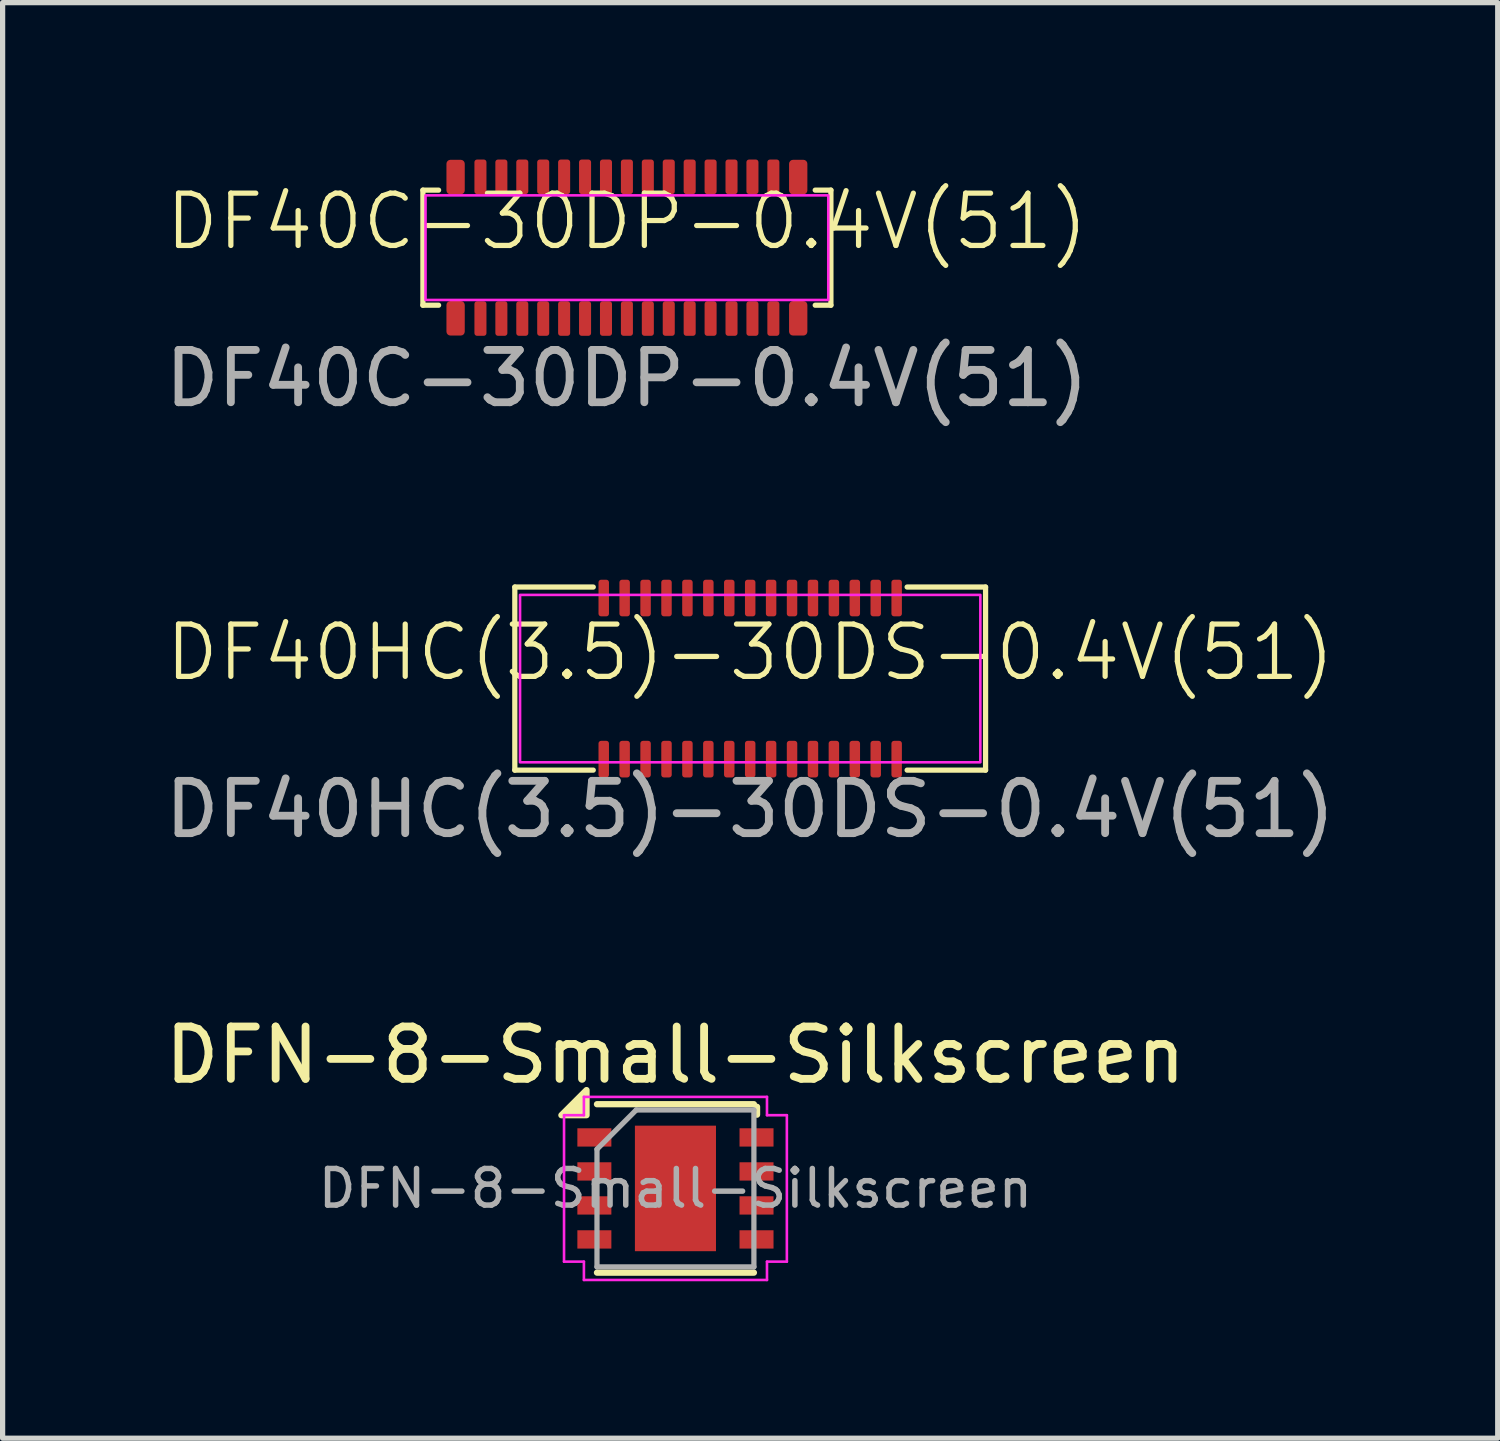
<source format=kicad_pcb>
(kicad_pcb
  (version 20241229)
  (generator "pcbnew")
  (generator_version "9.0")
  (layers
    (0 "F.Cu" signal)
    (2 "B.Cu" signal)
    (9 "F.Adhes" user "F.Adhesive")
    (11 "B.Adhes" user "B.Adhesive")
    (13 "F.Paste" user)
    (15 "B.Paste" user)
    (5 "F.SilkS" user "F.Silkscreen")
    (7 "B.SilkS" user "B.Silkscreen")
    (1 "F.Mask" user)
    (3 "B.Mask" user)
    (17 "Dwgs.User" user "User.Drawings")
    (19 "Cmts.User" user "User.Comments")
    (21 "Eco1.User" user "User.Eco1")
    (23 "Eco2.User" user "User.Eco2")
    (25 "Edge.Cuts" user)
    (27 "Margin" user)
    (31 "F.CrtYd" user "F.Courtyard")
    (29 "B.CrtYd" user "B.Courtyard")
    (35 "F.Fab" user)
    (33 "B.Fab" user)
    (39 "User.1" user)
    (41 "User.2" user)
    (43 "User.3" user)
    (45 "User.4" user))
  (footprint "DFN-8-Small-Silkscreen"
    (layer "F.Cu")
    (at 9.863 19.67)
    (property "Reference" "DFN-8-Small-Silkscreen" (at 0 -2.55 0) (layer "F.SilkS") (effects (font (size 1 1) (thickness 0.15))))
    (attr smd)
    (fp_line (start -1.5 -1.61) (end 1.5 -1.61) (stroke (width 0.12) (type solid)) (layer "F.SilkS"))
    (fp_line (start -1.5 1.61) (end 1.5 1.61) (stroke (width 0.12) (type solid)) (layer "F.SilkS"))
    (fp_line (start 1.56 -1.56) (end 1.56 -1.41) (stroke (width 0.12) (type solid)) (layer "F.SilkS"))
    (fp_poly (pts (xy -1.7 -1.4) (xy -2.18 -1.4) (xy -1.7 -1.88) (xy -1.7 -1.4)) (stroke (width 0.12) (type solid)) (fill yes) (layer "F.SilkS"))
    (fp_line (start -2.13 -1.4) (end -2.13 1.4) (stroke (width 0.05) (type solid)) (layer "F.CrtYd"))
    (fp_line (start -1.75 -1.75) (end -1.75 -1.4) (stroke (width 0.05) (type solid)) (layer "F.CrtYd"))
    (fp_line (start -1.75 -1.75) (end 1.75 -1.75) (stroke (width 0.05) (type solid)) (layer "F.CrtYd"))
    (fp_line (start -1.75 -1.4) (end -2.13 -1.4) (stroke (width 0.05) (type solid)) (layer "F.CrtYd"))
    (fp_line (start -1.75 1.4) (end -2.13 1.4) (stroke (width 0.05) (type solid)) (layer "F.CrtYd"))
    (fp_line (start -1.75 1.75) (end -1.75 1.4) (stroke (width 0.05) (type solid)) (layer "F.CrtYd"))
    (fp_line (start -1.75 1.75) (end 1.75 1.75) (stroke (width 0.05) (type solid)) (layer "F.CrtYd"))
    (fp_line (start 1.75 -1.75) (end 1.75 -1.4) (stroke (width 0.05) (type solid)) (layer "F.CrtYd"))
    (fp_line (start 1.75 -1.4) (end 2.13 -1.4) (stroke (width 0.05) (type solid)) (layer "F.CrtYd"))
    (fp_line (start 1.75 1.4) (end 2.13 1.4) (stroke (width 0.05) (type solid)) (layer "F.CrtYd"))
    (fp_line (start 1.75 1.75) (end 1.75 1.4) (stroke (width 0.05) (type solid)) (layer "F.CrtYd"))
    (fp_line (start 2.13 -1.4) (end 2.13 1.4) (stroke (width 0.05) (type solid)) (layer "F.CrtYd"))
    (fp_line (start -1.5 -0.75) (end -0.75 -1.5) (stroke (width 0.1) (type solid)) (layer "F.Fab"))
    (fp_line (start -1.5 1.5) (end -1.5 -0.75) (stroke (width 0.1) (type solid)) (layer "F.Fab"))
    (fp_line (start -0.75 -1.5) (end 1.5 -1.5) (stroke (width 0.1) (type solid)) (layer "F.Fab"))
    (fp_line (start 1.5 -1.5) (end 1.5 1.5) (stroke (width 0.1) (type solid)) (layer "F.Fab"))
    (fp_line (start 1.5 1.5) (end -1.5 1.5) (stroke (width 0.1) (type solid)) (layer "F.Fab"))
    (fp_text user "${REFERENCE}" (at 0 0 0) (layer "F.Fab") (effects (font (size 0.7 0.7) (thickness 0.105))))
    (pad "" smd rect (at -0.388 -0.6) (size 0.6 1) (layers "F.Paste"))
    (pad "" smd rect (at -0.388 0.6) (size 0.6 1) (layers "F.Paste"))
    (pad "" smd rect (at 0.388 -0.6) (size 0.6 1) (layers "F.Paste"))
    (pad "" smd rect (at 0.388 0.6) (size 0.6 1) (layers "F.Paste"))
    (pad "1" smd rect (at -1.55 -0.975) (size 0.65 0.35) (layers "F.Cu" "F.Mask" "F.Paste"))
    (pad "2" smd rect (at -1.55 -0.325) (size 0.65 0.35) (layers "F.Cu" "F.Mask" "F.Paste"))
    (pad "3" smd rect (at -1.55 0.325) (size 0.65 0.35) (layers "F.Cu" "F.Mask" "F.Paste"))
    (pad "4" smd rect (at -1.55 0.975) (size 0.65 0.35) (layers "F.Cu" "F.Mask" "F.Paste"))
    (pad "5" smd rect (at 1.55 0.975) (size 0.65 0.35) (layers "F.Cu" "F.Mask" "F.Paste"))
    (pad "6" smd rect (at 1.55 0.325) (size 0.65 0.35) (layers "F.Cu" "F.Mask" "F.Paste"))
    (pad "7" smd rect (at 1.55 -0.325) (size 0.65 0.35) (layers "F.Cu" "F.Mask" "F.Paste"))
    (pad "8" smd rect (at 1.55 -0.975) (size 0.65 0.35) (layers "F.Cu" "F.Mask" "F.Paste"))
    (pad "9" smd rect (at 0 0) (size 1.55 2.4) (layers "F.Cu" "F.Mask")))
  (footprint "DF40C-30DP-0.4V(51)"
    (layer "F.Cu")
    (at 8.935 1.685)
    (property "Reference" "DF40C-30DP-0.4V(51)" (at 0 -0.5 0) (unlocked yes) (layer "F.SilkS") (effects (font (size 1 1) (thickness 0.1))))
    (attr smd)
    (fp_line (start -3.9 -1.1) (end -3.9 1.1) (stroke (width 0.1) (type default)) (layer "F.SilkS"))
    (fp_line (start -3.9 1.1) (end -3.6 1.1) (stroke (width 0.1) (type default)) (layer "F.SilkS"))
    (fp_line (start -3.6 -1.1) (end -3.9 -1.1) (stroke (width 0.1) (type default)) (layer "F.SilkS"))
    (fp_line (start 3.6 -1.1) (end 3.9 -1.1) (stroke (width 0.1) (type default)) (layer "F.SilkS"))
    (fp_line (start 3.9 -1.1) (end 3.9 1.1) (stroke (width 0.1) (type default)) (layer "F.SilkS"))
    (fp_line (start 3.9 1.1) (end 3.6 1.1) (stroke (width 0.1) (type default)) (layer "F.SilkS"))
    (fp_rect (start -2.865 -1.635) (end -2.735 -1.3) (stroke (width 0.1) (type solid)) (fill yes) (layer "F.Paste"))
    (fp_rect (start -2.865 1.635) (end -2.735 1.3) (stroke (width 0.1) (type solid)) (fill yes) (layer "F.Paste"))
    (fp_rect (start -2.465 -1.635) (end -2.335 -1.3) (stroke (width 0.1) (type solid)) (fill yes) (layer "F.Paste"))
    (fp_rect (start -2.465 1.635) (end -2.335 1.3) (stroke (width 0.1) (type solid)) (fill yes) (layer "F.Paste"))
    (fp_rect (start -2.065 -1.635) (end -1.935 -1.3) (stroke (width 0.1) (type solid)) (fill yes) (layer "F.Paste"))
    (fp_rect (start -2.065 1.635) (end -1.935 1.3) (stroke (width 0.1) (type solid)) (fill yes) (layer "F.Paste"))
    (fp_rect (start -1.665 -1.635) (end -1.535 -1.3) (stroke (width 0.1) (type solid)) (fill yes) (layer "F.Paste"))
    (fp_rect (start -1.665 1.635) (end -1.535 1.3) (stroke (width 0.1) (type solid)) (fill yes) (layer "F.Paste"))
    (fp_rect (start -1.265 -1.635) (end -1.135 -1.3) (stroke (width 0.1) (type solid)) (fill yes) (layer "F.Paste"))
    (fp_rect (start -1.265 1.635) (end -1.135 1.3) (stroke (width 0.1) (type solid)) (fill yes) (layer "F.Paste"))
    (fp_rect (start -0.865 -1.635) (end -0.735 -1.3) (stroke (width 0.1) (type solid)) (fill yes) (layer "F.Paste"))
    (fp_rect (start -0.865 1.635) (end -0.735 1.3) (stroke (width 0.1) (type solid)) (fill yes) (layer "F.Paste"))
    (fp_rect (start -0.465 -1.635) (end -0.335 -1.3) (stroke (width 0.1) (type solid)) (fill yes) (layer "F.Paste"))
    (fp_rect (start -0.465 1.635) (end -0.335 1.3) (stroke (width 0.1) (type solid)) (fill yes) (layer "F.Paste"))
    (fp_rect (start -0.065 -1.635) (end 0.065 -1.3) (stroke (width 0.1) (type solid)) (fill yes) (layer "F.Paste"))
    (fp_rect (start -0.065 1.635) (end 0.065 1.3) (stroke (width 0.1) (type solid)) (fill yes) (layer "F.Paste"))
    (fp_rect (start 0.335 -1.635) (end 0.465 -1.3) (stroke (width 0.1) (type solid)) (fill yes) (layer "F.Paste"))
    (fp_rect (start 0.335 1.635) (end 0.465 1.3) (stroke (width 0.1) (type solid)) (fill yes) (layer "F.Paste"))
    (fp_rect (start 0.735 -1.635) (end 0.865 -1.3) (stroke (width 0.1) (type solid)) (fill yes) (layer "F.Paste"))
    (fp_rect (start 0.735 1.635) (end 0.865 1.3) (stroke (width 0.1) (type solid)) (fill yes) (layer "F.Paste"))
    (fp_rect (start 1.135 -1.635) (end 1.265 -1.3) (stroke (width 0.1) (type solid)) (fill yes) (layer "F.Paste"))
    (fp_rect (start 1.135 1.635) (end 1.265 1.3) (stroke (width 0.1) (type solid)) (fill yes) (layer "F.Paste"))
    (fp_rect (start 1.535 -1.635) (end 1.665 -1.3) (stroke (width 0.1) (type solid)) (fill yes) (layer "F.Paste"))
    (fp_rect (start 1.535 1.635) (end 1.665 1.3) (stroke (width 0.1) (type solid)) (fill yes) (layer "F.Paste"))
    (fp_rect (start 1.935 -1.635) (end 2.065 -1.3) (stroke (width 0.1) (type solid)) (fill yes) (layer "F.Paste"))
    (fp_rect (start 1.935 1.635) (end 2.065 1.3) (stroke (width 0.1) (type solid)) (fill yes) (layer "F.Paste"))
    (fp_rect (start 2.335 -1.635) (end 2.465 -1.3) (stroke (width 0.1) (type solid)) (fill yes) (layer "F.Paste"))
    (fp_rect (start 2.335 1.635) (end 2.465 1.3) (stroke (width 0.1) (type solid)) (fill yes) (layer "F.Paste"))
    (fp_rect (start 2.735 -1.635) (end 2.865 -1.3) (stroke (width 0.1) (type solid)) (fill yes) (layer "F.Paste"))
    (fp_rect (start 2.735 1.635) (end 2.865 1.3) (stroke (width 0.1) (type solid)) (fill yes) (layer "F.Paste"))
    (fp_rect (start -3.85 -1) (end 3.85 1) (stroke (width 0.05) (type solid)) (fill no) (layer "F.CrtYd"))
    (fp_text user "${REFERENCE}" (at 0 2.5 0) (unlocked yes) (layer "F.Fab") (effects (font (size 1 1) (thickness 0.15))))
    (pad "" smd roundrect (at -3.275 -1.35) (size 0.35 0.66) (layers "F.Cu" "F.Mask" "F.Paste") (roundrect_rratio 0.217))
    (pad "" smd roundrect (at -3.275 1.35) (size 0.35 0.66) (layers "F.Cu" "F.Mask" "F.Paste") (roundrect_rratio 0.217))
    (pad "" smd roundrect (at 3.275 -1.35) (size 0.35 0.66) (layers "F.Cu" "F.Mask" "F.Paste") (roundrect_rratio 0.217))
    (pad "" smd roundrect (at 3.275 1.35) (size 0.35 0.66) (layers "F.Cu" "F.Mask" "F.Paste") (roundrect_rratio 0.217))
    (pad "1" smd roundrect (at 2.8 -1.355) (size 0.23 0.66) (layers "F.Cu" "F.Mask") (roundrect_rratio 0.217))
    (pad "2" smd roundrect (at 2.8 1.355) (size 0.23 0.66) (layers "F.Cu" "F.Mask") (roundrect_rratio 0.217))
    (pad "3" smd roundrect (at 2.4 -1.355) (size 0.23 0.66) (layers "F.Cu" "F.Mask") (roundrect_rratio 0.217))
    (pad "4" smd roundrect (at 2.4 1.355) (size 0.23 0.66) (layers "F.Cu" "F.Mask") (roundrect_rratio 0.217))
    (pad "5" smd roundrect (at 2 -1.355) (size 0.23 0.66) (layers "F.Cu" "F.Mask") (roundrect_rratio 0.217))
    (pad "6" smd roundrect (at 2 1.355) (size 0.23 0.66) (layers "F.Cu" "F.Mask") (roundrect_rratio 0.217))
    (pad "7" smd roundrect (at 1.6 -1.355) (size 0.23 0.66) (layers "F.Cu" "F.Mask") (roundrect_rratio 0.217))
    (pad "8" smd roundrect (at 1.6 1.355) (size 0.23 0.66) (layers "F.Cu" "F.Mask") (roundrect_rratio 0.217))
    (pad "9" smd roundrect (at 1.2 -1.355) (size 0.23 0.66) (layers "F.Cu" "F.Mask") (roundrect_rratio 0.217))
    (pad "10" smd roundrect (at 1.2 1.355) (size 0.23 0.66) (layers "F.Cu" "F.Mask") (roundrect_rratio 0.217))
    (pad "11" smd roundrect (at 0.8 -1.355) (size 0.23 0.66) (layers "F.Cu" "F.Mask") (roundrect_rratio 0.217))
    (pad "12" smd roundrect (at 0.8 1.355) (size 0.23 0.66) (layers "F.Cu" "F.Mask") (roundrect_rratio 0.217))
    (pad "13" smd roundrect (at 0.4 -1.355) (size 0.23 0.66) (layers "F.Cu" "F.Mask") (roundrect_rratio 0.217))
    (pad "14" smd roundrect (at 0.4 1.355) (size 0.23 0.66) (layers "F.Cu" "F.Mask") (roundrect_rratio 0.217))
    (pad "15" smd roundrect (at 0 -1.355) (size 0.23 0.66) (layers "F.Cu" "F.Mask") (roundrect_rratio 0.217))
    (pad "16" smd roundrect (at 0 1.355) (size 0.23 0.66) (layers "F.Cu" "F.Mask") (roundrect_rratio 0.217))
    (pad "17" smd roundrect (at -0.4 -1.355) (size 0.23 0.66) (layers "F.Cu" "F.Mask") (roundrect_rratio 0.217))
    (pad "18" smd roundrect (at -0.4 1.355) (size 0.23 0.66) (layers "F.Cu" "F.Mask") (roundrect_rratio 0.217))
    (pad "19" smd roundrect (at -0.8 -1.355) (size 0.23 0.66) (layers "F.Cu" "F.Mask") (roundrect_rratio 0.217))
    (pad "20" smd roundrect (at -0.8 1.355) (size 0.23 0.66) (layers "F.Cu" "F.Mask") (roundrect_rratio 0.217))
    (pad "21" smd roundrect (at -1.2 -1.355) (size 0.23 0.66) (layers "F.Cu" "F.Mask") (roundrect_rratio 0.217))
    (pad "22" smd roundrect (at -1.2 1.355) (size 0.23 0.66) (layers "F.Cu" "F.Mask") (roundrect_rratio 0.217))
    (pad "23" smd roundrect (at -1.6 -1.355) (size 0.23 0.66) (layers "F.Cu" "F.Mask") (roundrect_rratio 0.217))
    (pad "24" smd roundrect (at -1.6 1.355) (size 0.23 0.66) (layers "F.Cu" "F.Mask") (roundrect_rratio 0.217))
    (pad "25" smd roundrect (at -2 -1.355) (size 0.23 0.66) (layers "F.Cu" "F.Mask") (roundrect_rratio 0.217))
    (pad "26" smd roundrect (at -2 1.355) (size 0.23 0.66) (layers "F.Cu" "F.Mask") (roundrect_rratio 0.217))
    (pad "27" smd roundrect (at -2.4 -1.355) (size 0.23 0.66) (layers "F.Cu" "F.Mask") (roundrect_rratio 0.217))
    (pad "28" smd roundrect (at -2.4 1.355) (size 0.23 0.66) (layers "F.Cu" "F.Mask") (roundrect_rratio 0.217))
    (pad "29" smd roundrect (at -2.8 -1.355) (size 0.23 0.66) (layers "F.Cu" "F.Mask") (roundrect_rratio 0.217))
    (pad "30" smd roundrect (at -2.8 1.355) (size 0.23 0.66) (layers "F.Cu" "F.Mask") (roundrect_rratio 0.217)))
  (footprint "DF40HC(3.5)-30DS-0.4V(51)"
    (layer "F.Cu")
    (at 11.292 9.923)
    (property "Reference" "DF40HC(3.5)-30DS-0.4V(51)" (at 0 -0.5 0) (unlocked yes) (layer "F.SilkS") (effects (font (size 1 1) (thickness 0.1))))
    (attr smd)
    (fp_line (start -4.5 -1.75) (end -4.5 1.75) (stroke (width 0.1) (type default)) (layer "F.SilkS"))
    (fp_line (start -4.5 1.75) (end -3 1.75) (stroke (width 0.1) (type default)) (layer "F.SilkS"))
    (fp_line (start -3 -1.75) (end -4.5 -1.75) (stroke (width 0.1) (type default)) (layer "F.SilkS"))
    (fp_line (start 3 -1.75) (end 4.5 -1.75) (stroke (width 0.1) (type default)) (layer "F.SilkS"))
    (fp_line (start 4.5 -1.75) (end 4.5 1.75) (stroke (width 0.1) (type default)) (layer "F.SilkS"))
    (fp_line (start 4.5 1.75) (end 3 1.75) (stroke (width 0.1) (type default)) (layer "F.SilkS"))
    (fp_rect (start -2.85 -1.84) (end -2.75 -1.5) (stroke (width 0.1) (type solid)) (fill yes) (layer "F.Paste"))
    (fp_rect (start -2.85 1.5) (end -2.75 1.84) (stroke (width 0.1) (type solid)) (fill yes) (layer "F.Paste"))
    (fp_rect (start -2.45 -1.84) (end -2.35 -1.5) (stroke (width 0.1) (type solid)) (fill yes) (layer "F.Paste"))
    (fp_rect (start -2.45 1.5) (end -2.35 1.84) (stroke (width 0.1) (type solid)) (fill yes) (layer "F.Paste"))
    (fp_rect (start -2.05 -1.84) (end -1.95 -1.5) (stroke (width 0.1) (type solid)) (fill yes) (layer "F.Paste"))
    (fp_rect (start -2.05 1.5) (end -1.95 1.84) (stroke (width 0.1) (type solid)) (fill yes) (layer "F.Paste"))
    (fp_rect (start -1.65 -1.84) (end -1.55 -1.5) (stroke (width 0.1) (type solid)) (fill yes) (layer "F.Paste"))
    (fp_rect (start -1.65 1.5) (end -1.55 1.84) (stroke (width 0.1) (type solid)) (fill yes) (layer "F.Paste"))
    (fp_rect (start -1.25 -1.84) (end -1.15 -1.5) (stroke (width 0.1) (type solid)) (fill yes) (layer "F.Paste"))
    (fp_rect (start -1.25 1.5) (end -1.15 1.84) (stroke (width 0.1) (type solid)) (fill yes) (layer "F.Paste"))
    (fp_rect (start -0.85 -1.84) (end -0.75 -1.5) (stroke (width 0.1) (type solid)) (fill yes) (layer "F.Paste"))
    (fp_rect (start -0.85 1.5) (end -0.75 1.84) (stroke (width 0.1) (type solid)) (fill yes) (layer "F.Paste"))
    (fp_rect (start -0.45 -1.84) (end -0.35 -1.5) (stroke (width 0.1) (type solid)) (fill yes) (layer "F.Paste"))
    (fp_rect (start -0.45 1.5) (end -0.35 1.84) (stroke (width 0.1) (type solid)) (fill yes) (layer "F.Paste"))
    (fp_rect (start -0.05 -1.84) (end 0.05 -1.5) (stroke (width 0.1) (type solid)) (fill yes) (layer "F.Paste"))
    (fp_rect (start -0.05 1.5) (end 0.05 1.84) (stroke (width 0.1) (type solid)) (fill yes) (layer "F.Paste"))
    (fp_rect (start 0.35 -1.84) (end 0.45 -1.5) (stroke (width 0.1) (type solid)) (fill yes) (layer "F.Paste"))
    (fp_rect (start 0.35 1.5) (end 0.45 1.84) (stroke (width 0.1) (type solid)) (fill yes) (layer "F.Paste"))
    (fp_rect (start 0.75 -1.84) (end 0.85 -1.5) (stroke (width 0.1) (type solid)) (fill yes) (layer "F.Paste"))
    (fp_rect (start 0.75 1.5) (end 0.85 1.84) (stroke (width 0.1) (type solid)) (fill yes) (layer "F.Paste"))
    (fp_rect (start 1.15 -1.84) (end 1.25 -1.5) (stroke (width 0.1) (type solid)) (fill yes) (layer "F.Paste"))
    (fp_rect (start 1.15 1.5) (end 1.25 1.84) (stroke (width 0.1) (type solid)) (fill yes) (layer "F.Paste"))
    (fp_rect (start 1.55 -1.84) (end 1.65 -1.5) (stroke (width 0.1) (type solid)) (fill yes) (layer "F.Paste"))
    (fp_rect (start 1.55 1.5) (end 1.65 1.84) (stroke (width 0.1) (type solid)) (fill yes) (layer "F.Paste"))
    (fp_rect (start 1.95 -1.84) (end 2.05 -1.5) (stroke (width 0.1) (type solid)) (fill yes) (layer "F.Paste"))
    (fp_rect (start 1.95 1.5) (end 2.05 1.84) (stroke (width 0.1) (type solid)) (fill yes) (layer "F.Paste"))
    (fp_rect (start 2.35 -1.84) (end 2.45 -1.5) (stroke (width 0.1) (type solid)) (fill yes) (layer "F.Paste"))
    (fp_rect (start 2.35 1.5) (end 2.45 1.84) (stroke (width 0.1) (type solid)) (fill yes) (layer "F.Paste"))
    (fp_rect (start 2.75 -1.84) (end 2.85 -1.5) (stroke (width 0.1) (type solid)) (fill yes) (layer "F.Paste"))
    (fp_rect (start 2.75 1.5) (end 2.85 1.84) (stroke (width 0.1) (type solid)) (fill yes) (layer "F.Paste"))
    (fp_rect (start -4.4 -1.6) (end 4.4 1.6) (stroke (width 0.05) (type solid)) (fill no) (layer "F.CrtYd"))
    (fp_text user "${REFERENCE}" (at 0 2.5 0) (unlocked yes) (layer "F.Fab") (effects (font (size 1 1) (thickness 0.15))))
    (pad "1" smd roundrect (at -2.8 -1.54) (size 0.2 0.7) (layers "F.Cu" "F.Mask") (roundrect_rratio 0.25))
    (pad "2" smd roundrect (at -2.8 1.54) (size 0.2 0.7) (layers "F.Cu" "F.Mask") (roundrect_rratio 0.25))
    (pad "3" smd roundrect (at -2.4 -1.54) (size 0.2 0.7) (layers "F.Cu" "F.Mask") (roundrect_rratio 0.25))
    (pad "4" smd roundrect (at -2.4 1.54) (size 0.2 0.7) (layers "F.Cu" "F.Mask") (roundrect_rratio 0.25))
    (pad "5" smd roundrect (at -2 -1.54) (size 0.2 0.7) (layers "F.Cu" "F.Mask") (roundrect_rratio 0.25))
    (pad "6" smd roundrect (at -2 1.54) (size 0.2 0.7) (layers "F.Cu" "F.Mask") (roundrect_rratio 0.25))
    (pad "7" smd roundrect (at -1.6 -1.54) (size 0.2 0.7) (layers "F.Cu" "F.Mask") (roundrect_rratio 0.25))
    (pad "8" smd roundrect (at -1.6 1.54) (size 0.2 0.7) (layers "F.Cu" "F.Mask") (roundrect_rratio 0.25))
    (pad "9" smd roundrect (at -1.2 -1.54) (size 0.2 0.7) (layers "F.Cu" "F.Mask") (roundrect_rratio 0.25))
    (pad "10" smd roundrect (at -1.2 1.54) (size 0.2 0.7) (layers "F.Cu" "F.Mask") (roundrect_rratio 0.25))
    (pad "11" smd roundrect (at -0.8 -1.54) (size 0.2 0.7) (layers "F.Cu" "F.Mask") (roundrect_rratio 0.25))
    (pad "12" smd roundrect (at -0.8 1.54) (size 0.2 0.7) (layers "F.Cu" "F.Mask") (roundrect_rratio 0.25))
    (pad "13" smd roundrect (at -0.4 -1.54) (size 0.2 0.7) (layers "F.Cu" "F.Mask") (roundrect_rratio 0.25))
    (pad "14" smd roundrect (at -0.4 1.54) (size 0.2 0.7) (layers "F.Cu" "F.Mask") (roundrect_rratio 0.25))
    (pad "15" smd roundrect (at 0 -1.54) (size 0.2 0.7) (layers "F.Cu" "F.Mask") (roundrect_rratio 0.25))
    (pad "16" smd roundrect (at 0 1.54) (size 0.2 0.7) (layers "F.Cu" "F.Mask") (roundrect_rratio 0.25))
    (pad "17" smd roundrect (at 0.4 -1.54) (size 0.2 0.7) (layers "F.Cu" "F.Mask") (roundrect_rratio 0.25))
    (pad "18" smd roundrect (at 0.4 1.54) (size 0.2 0.7) (layers "F.Cu" "F.Mask") (roundrect_rratio 0.25))
    (pad "19" smd roundrect (at 0.8 -1.54) (size 0.2 0.7) (layers "F.Cu" "F.Mask") (roundrect_rratio 0.25))
    (pad "20" smd roundrect (at 0.8 1.54) (size 0.2 0.7) (layers "F.Cu" "F.Mask") (roundrect_rratio 0.25))
    (pad "21" smd roundrect (at 1.2 -1.54) (size 0.2 0.7) (layers "F.Cu" "F.Mask") (roundrect_rratio 0.25))
    (pad "22" smd roundrect (at 1.2 1.54) (size 0.2 0.7) (layers "F.Cu" "F.Mask") (roundrect_rratio 0.25))
    (pad "23" smd roundrect (at 1.6 -1.54) (size 0.2 0.7) (layers "F.Cu" "F.Mask") (roundrect_rratio 0.25))
    (pad "24" smd roundrect (at 1.6 1.54) (size 0.2 0.7) (layers "F.Cu" "F.Mask") (roundrect_rratio 0.25))
    (pad "25" smd roundrect (at 2 -1.54) (size 0.2 0.7) (layers "F.Cu" "F.Mask") (roundrect_rratio 0.25))
    (pad "26" smd roundrect (at 2 1.54) (size 0.2 0.7) (layers "F.Cu" "F.Mask") (roundrect_rratio 0.25))
    (pad "27" smd roundrect (at 2.4 -1.54) (size 0.2 0.7) (layers "F.Cu" "F.Mask") (roundrect_rratio 0.25))
    (pad "28" smd roundrect (at 2.4 1.54) (size 0.2 0.7) (layers "F.Cu" "F.Mask") (roundrect_rratio 0.25))
    (pad "29" smd roundrect (at 2.8 -1.54) (size 0.2 0.7) (layers "F.Cu" "F.Mask") (roundrect_rratio 0.25))
    (pad "30" smd roundrect (at 2.8 1.54) (size 0.2 0.7) (layers "F.Cu" "F.Mask") (roundrect_rratio 0.25)))
  (gr_rect
    (start -3 -3)
    (end 25.583 24.445)
    (stroke (width 0.1) (type default))
    (fill no)
    (layer "Edge.Cuts")))
</source>
